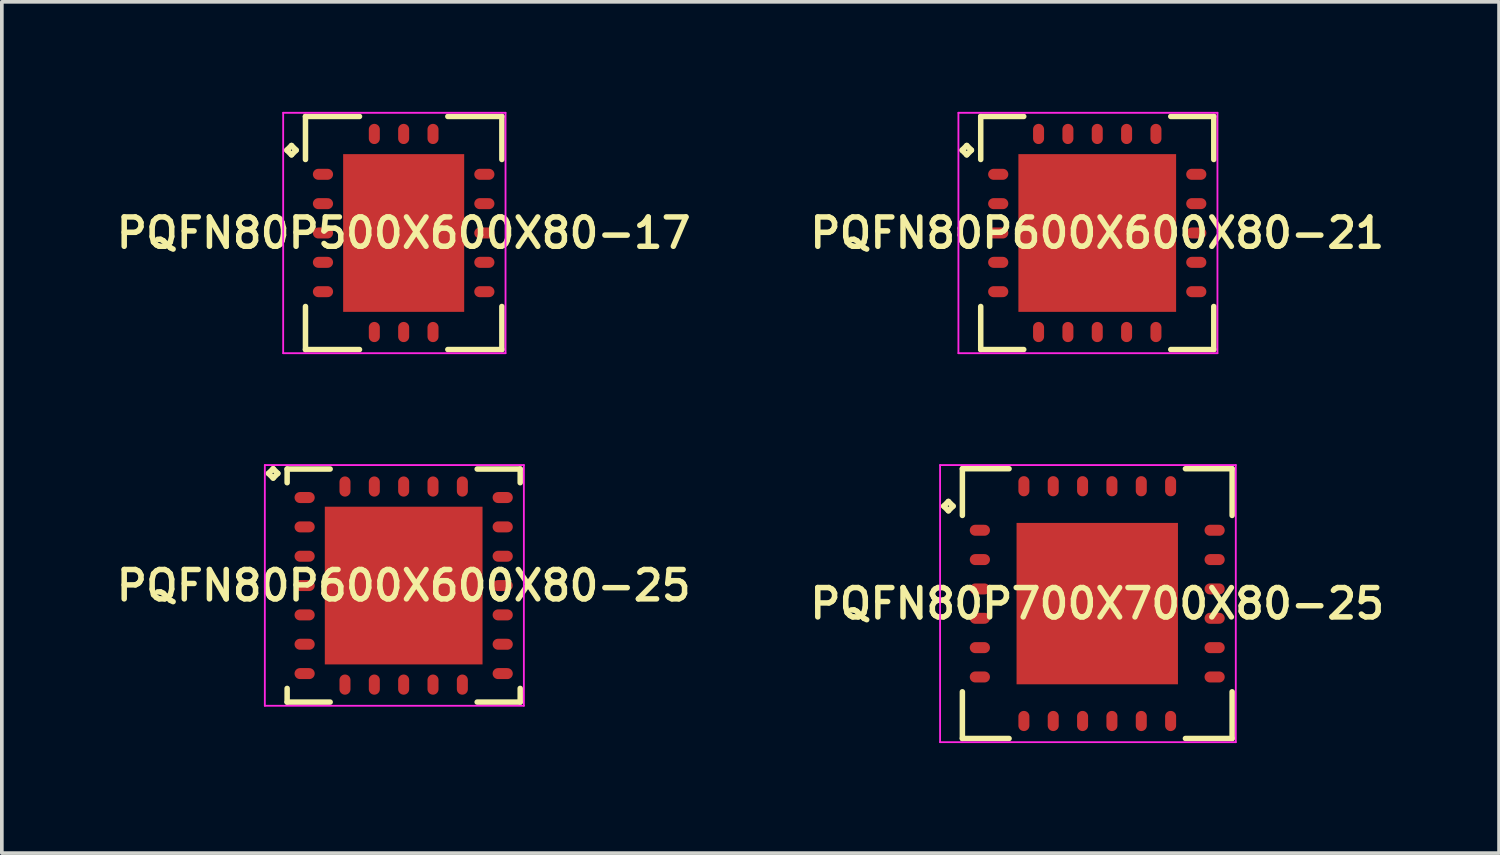
<source format=kicad_pcb>
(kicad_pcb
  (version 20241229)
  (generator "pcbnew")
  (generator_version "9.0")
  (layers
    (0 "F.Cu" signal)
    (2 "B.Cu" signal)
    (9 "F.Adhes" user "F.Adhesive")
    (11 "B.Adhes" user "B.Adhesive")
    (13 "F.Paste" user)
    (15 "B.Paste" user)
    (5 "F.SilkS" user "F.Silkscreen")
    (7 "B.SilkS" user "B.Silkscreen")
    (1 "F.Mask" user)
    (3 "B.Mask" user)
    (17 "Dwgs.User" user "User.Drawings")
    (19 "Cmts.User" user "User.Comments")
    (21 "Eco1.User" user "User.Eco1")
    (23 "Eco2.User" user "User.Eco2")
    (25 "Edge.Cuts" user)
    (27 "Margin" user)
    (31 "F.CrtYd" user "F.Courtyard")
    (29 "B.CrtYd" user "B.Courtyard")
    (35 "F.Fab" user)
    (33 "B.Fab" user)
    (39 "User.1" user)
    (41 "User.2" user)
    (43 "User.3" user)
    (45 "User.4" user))
  (footprint "PQFN80P700X700X80-25"
    (layer "F.Cu")
    (at 26.864 13.406)
    (property "Reference" "PQFN80P700X700X80-25" (at 0 0 0) (layer "F.SilkS") (effects (font (size 0.8 0.8) (thickness 0.15))))
    (attr smd)
    (fp_line (start -4.185 -2.658) (end -4.058 -2.785) (stroke (width 0.15) (type solid)) (layer "F.SilkS"))
    (fp_line (start -4.058 -2.785) (end -3.931 -2.658) (stroke (width 0.15) (type solid)) (layer "F.SilkS"))
    (fp_line (start -4.058 -2.531) (end -4.185 -2.658) (stroke (width 0.15) (type solid)) (layer "F.SilkS"))
    (fp_line (start -3.931 -2.658) (end -4.058 -2.531) (stroke (width 0.15) (type solid)) (layer "F.SilkS"))
    (fp_line (start -3.677 -3.677) (end -2.404 -3.677) (stroke (width 0.15) (type solid)) (layer "F.SilkS"))
    (fp_line (start -3.677 -2.404) (end -3.677 -3.677) (stroke (width 0.15) (type solid)) (layer "F.SilkS"))
    (fp_line (start -3.677 2.404) (end -3.677 3.677) (stroke (width 0.15) (type solid)) (layer "F.SilkS"))
    (fp_line (start -3.677 3.677) (end -2.404 3.677) (stroke (width 0.15) (type solid)) (layer "F.SilkS"))
    (fp_line (start 2.404 -3.677) (end 3.677 -3.677) (stroke (width 0.15) (type solid)) (layer "F.SilkS"))
    (fp_line (start 2.404 3.677) (end 3.677 3.677) (stroke (width 0.15) (type solid)) (layer "F.SilkS"))
    (fp_line (start 3.677 -3.677) (end 3.677 -2.404) (stroke (width 0.15) (type solid)) (layer "F.SilkS"))
    (fp_line (start 3.677 3.677) (end 3.677 2.404) (stroke (width 0.15) (type solid)) (layer "F.SilkS"))
    (fp_line (start -4.285 -3.777) (end 3.777 -3.777) (stroke (width 0.05) (type solid)) (layer "F.CrtYd"))
    (fp_line (start -4.285 3.777) (end -4.285 -3.777) (stroke (width 0.05) (type solid)) (layer "F.CrtYd"))
    (fp_line (start 3.777 -3.777) (end 3.777 3.777) (stroke (width 0.05) (type solid)) (layer "F.CrtYd"))
    (fp_line (start 3.777 3.777) (end -4.285 3.777) (stroke (width 0.05) (type solid)) (layer "F.CrtYd"))
    (pad "1" smd oval (at -3.2 -2) (size 0.55 0.3) (layers "F.Cu" "F.Mask" "F.Paste"))
    (pad "2" smd oval (at -3.2 -1.2) (size 0.55 0.3) (layers "F.Cu" "F.Mask" "F.Paste"))
    (pad "3" smd oval (at -3.2 -0.4) (size 0.55 0.3) (layers "F.Cu" "F.Mask" "F.Paste"))
    (pad "4" smd oval (at -3.2 0.4) (size 0.55 0.3) (layers "F.Cu" "F.Mask" "F.Paste"))
    (pad "5" smd oval (at -3.2 1.2) (size 0.55 0.3) (layers "F.Cu" "F.Mask" "F.Paste"))
    (pad "6" smd oval (at -3.2 2) (size 0.55 0.3) (layers "F.Cu" "F.Mask" "F.Paste"))
    (pad "7" smd oval (at -2 3.2) (size 0.3 0.55) (layers "F.Cu" "F.Mask" "F.Paste"))
    (pad "8" smd oval (at -1.2 3.2) (size 0.3 0.55) (layers "F.Cu" "F.Mask" "F.Paste"))
    (pad "9" smd oval (at -0.4 3.2) (size 0.3 0.55) (layers "F.Cu" "F.Mask" "F.Paste"))
    (pad "10" smd oval (at 0.4 3.2) (size 0.3 0.55) (layers "F.Cu" "F.Mask" "F.Paste"))
    (pad "11" smd oval (at 1.2 3.2) (size 0.3 0.55) (layers "F.Cu" "F.Mask" "F.Paste"))
    (pad "12" smd oval (at 2 3.2) (size 0.3 0.55) (layers "F.Cu" "F.Mask" "F.Paste"))
    (pad "13" smd oval (at 3.2 2) (size 0.55 0.3) (layers "F.Cu" "F.Mask" "F.Paste"))
    (pad "14" smd oval (at 3.2 1.2) (size 0.55 0.3) (layers "F.Cu" "F.Mask" "F.Paste"))
    (pad "15" smd oval (at 3.2 0.4) (size 0.55 0.3) (layers "F.Cu" "F.Mask" "F.Paste"))
    (pad "16" smd oval (at 3.2 -0.4) (size 0.55 0.3) (layers "F.Cu" "F.Mask" "F.Paste"))
    (pad "17" smd oval (at 3.2 -1.2) (size 0.55 0.3) (layers "F.Cu" "F.Mask" "F.Paste"))
    (pad "18" smd oval (at 3.2 -2) (size 0.55 0.3) (layers "F.Cu" "F.Mask" "F.Paste"))
    (pad "19" smd oval (at 2 -3.2) (size 0.3 0.55) (layers "F.Cu" "F.Mask" "F.Paste"))
    (pad "20" smd oval (at 1.2 -3.2) (size 0.3 0.55) (layers "F.Cu" "F.Mask" "F.Paste"))
    (pad "21" smd oval (at 0.4 -3.2) (size 0.3 0.55) (layers "F.Cu" "F.Mask" "F.Paste"))
    (pad "22" smd oval (at -0.4 -3.2) (size 0.3 0.55) (layers "F.Cu" "F.Mask" "F.Paste"))
    (pad "23" smd oval (at -1.2 -3.2) (size 0.3 0.55) (layers "F.Cu" "F.Mask" "F.Paste"))
    (pad "24" smd oval (at -2 -3.2) (size 0.3 0.55) (layers "F.Cu" "F.Mask" "F.Paste"))
    (pad "25" smd rect (at 0 0) (size 4.4 4.4) (layers "F.Cu" "F.Mask" "F.Paste")))
  (footprint "PQFN80P500X600X80-17"
    (layer "F.Cu")
    (at 7.955 3.302)
    (property "Reference" "PQFN80P500X600X80-17" (at 0 0 0) (layer "F.SilkS") (effects (font (size 0.8 0.8) (thickness 0.15))))
    (attr smd)
    (fp_line (start -3.185 -2.258) (end -3.058 -2.385) (stroke (width 0.15) (type solid)) (layer "F.SilkS"))
    (fp_line (start -3.058 -2.385) (end -2.931 -2.258) (stroke (width 0.15) (type solid)) (layer "F.SilkS"))
    (fp_line (start -3.058 -2.131) (end -3.185 -2.258) (stroke (width 0.15) (type solid)) (layer "F.SilkS"))
    (fp_line (start -2.931 -2.258) (end -3.058 -2.131) (stroke (width 0.15) (type solid)) (layer "F.SilkS"))
    (fp_line (start -2.677 -3.177) (end -1.204 -3.177) (stroke (width 0.15) (type solid)) (layer "F.SilkS"))
    (fp_line (start -2.677 -2.004) (end -2.677 -3.177) (stroke (width 0.15) (type solid)) (layer "F.SilkS"))
    (fp_line (start -2.677 2.004) (end -2.677 3.177) (stroke (width 0.15) (type solid)) (layer "F.SilkS"))
    (fp_line (start -2.677 3.177) (end -1.204 3.177) (stroke (width 0.15) (type solid)) (layer "F.SilkS"))
    (fp_line (start 1.204 -3.177) (end 2.677 -3.177) (stroke (width 0.15) (type solid)) (layer "F.SilkS"))
    (fp_line (start 1.204 3.177) (end 2.677 3.177) (stroke (width 0.15) (type solid)) (layer "F.SilkS"))
    (fp_line (start 2.677 -3.177) (end 2.677 -2.004) (stroke (width 0.15) (type solid)) (layer "F.SilkS"))
    (fp_line (start 2.677 3.177) (end 2.677 2.004) (stroke (width 0.15) (type solid)) (layer "F.SilkS"))
    (fp_line (start -3.285 -3.277) (end 2.777 -3.277) (stroke (width 0.05) (type solid)) (layer "F.CrtYd"))
    (fp_line (start -3.285 3.277) (end -3.285 -3.277) (stroke (width 0.05) (type solid)) (layer "F.CrtYd"))
    (fp_line (start 2.777 -3.277) (end 2.777 3.277) (stroke (width 0.05) (type solid)) (layer "F.CrtYd"))
    (fp_line (start 2.777 3.277) (end -3.285 3.277) (stroke (width 0.05) (type solid)) (layer "F.CrtYd"))
    (pad "1" smd oval (at -2.2 -1.6) (size 0.55 0.3) (layers "F.Cu" "F.Mask" "F.Paste"))
    (pad "2" smd oval (at -2.2 -0.8) (size 0.55 0.3) (layers "F.Cu" "F.Mask" "F.Paste"))
    (pad "3" smd oval (at -2.2 0) (size 0.55 0.3) (layers "F.Cu" "F.Mask" "F.Paste"))
    (pad "4" smd oval (at -2.2 0.8) (size 0.55 0.3) (layers "F.Cu" "F.Mask" "F.Paste"))
    (pad "5" smd oval (at -2.2 1.6) (size 0.55 0.3) (layers "F.Cu" "F.Mask" "F.Paste"))
    (pad "6" smd oval (at -0.8 2.7) (size 0.3 0.55) (layers "F.Cu" "F.Mask" "F.Paste"))
    (pad "7" smd oval (at 0 2.7) (size 0.3 0.55) (layers "F.Cu" "F.Mask" "F.Paste"))
    (pad "8" smd oval (at 0.8 2.7) (size 0.3 0.55) (layers "F.Cu" "F.Mask" "F.Paste"))
    (pad "9" smd oval (at 2.2 1.6) (size 0.55 0.3) (layers "F.Cu" "F.Mask" "F.Paste"))
    (pad "10" smd oval (at 2.2 0.8) (size 0.55 0.3) (layers "F.Cu" "F.Mask" "F.Paste"))
    (pad "11" smd oval (at 2.2 0) (size 0.55 0.3) (layers "F.Cu" "F.Mask" "F.Paste"))
    (pad "12" smd oval (at 2.2 -0.8) (size 0.55 0.3) (layers "F.Cu" "F.Mask" "F.Paste"))
    (pad "13" smd oval (at 2.2 -1.6) (size 0.55 0.3) (layers "F.Cu" "F.Mask" "F.Paste"))
    (pad "14" smd oval (at 0.8 -2.7) (size 0.3 0.55) (layers "F.Cu" "F.Mask" "F.Paste"))
    (pad "15" smd oval (at 0 -2.7) (size 0.3 0.55) (layers "F.Cu" "F.Mask" "F.Paste"))
    (pad "16" smd oval (at -0.8 -2.7) (size 0.3 0.55) (layers "F.Cu" "F.Mask" "F.Paste"))
    (pad "17" smd rect (at 0 0) (size 3.3 4.3) (layers "F.Cu" "F.Mask" "F.Paste")))
  (footprint "PQFN80P600X600X80-21"
    (layer "F.Cu")
    (at 26.864 3.302)
    (property "Reference" "PQFN80P600X600X80-21" (at 0 0 0) (layer "F.SilkS") (effects (font (size 0.8 0.8) (thickness 0.15))))
    (attr smd)
    (fp_line (start -3.685 -2.258) (end -3.558 -2.385) (stroke (width 0.15) (type solid)) (layer "F.SilkS"))
    (fp_line (start -3.558 -2.385) (end -3.431 -2.258) (stroke (width 0.15) (type solid)) (layer "F.SilkS"))
    (fp_line (start -3.558 -2.131) (end -3.685 -2.258) (stroke (width 0.15) (type solid)) (layer "F.SilkS"))
    (fp_line (start -3.431 -2.258) (end -3.558 -2.131) (stroke (width 0.15) (type solid)) (layer "F.SilkS"))
    (fp_line (start -3.177 -3.177) (end -2.004 -3.177) (stroke (width 0.15) (type solid)) (layer "F.SilkS"))
    (fp_line (start -3.177 -2.004) (end -3.177 -3.177) (stroke (width 0.15) (type solid)) (layer "F.SilkS"))
    (fp_line (start -3.177 2.004) (end -3.177 3.177) (stroke (width 0.15) (type solid)) (layer "F.SilkS"))
    (fp_line (start -3.177 3.177) (end -2.004 3.177) (stroke (width 0.15) (type solid)) (layer "F.SilkS"))
    (fp_line (start 2.004 -3.177) (end 3.177 -3.177) (stroke (width 0.15) (type solid)) (layer "F.SilkS"))
    (fp_line (start 2.004 3.177) (end 3.177 3.177) (stroke (width 0.15) (type solid)) (layer "F.SilkS"))
    (fp_line (start 3.177 -3.177) (end 3.177 -2.004) (stroke (width 0.15) (type solid)) (layer "F.SilkS"))
    (fp_line (start 3.177 3.177) (end 3.177 2.004) (stroke (width 0.15) (type solid)) (layer "F.SilkS"))
    (fp_line (start -3.785 -3.277) (end 3.277 -3.277) (stroke (width 0.05) (type solid)) (layer "F.CrtYd"))
    (fp_line (start -3.785 3.277) (end -3.785 -3.277) (stroke (width 0.05) (type solid)) (layer "F.CrtYd"))
    (fp_line (start 3.277 -3.277) (end 3.277 3.277) (stroke (width 0.05) (type solid)) (layer "F.CrtYd"))
    (fp_line (start 3.277 3.277) (end -3.785 3.277) (stroke (width 0.05) (type solid)) (layer "F.CrtYd"))
    (pad "1" smd oval (at -2.7 -1.6) (size 0.55 0.3) (layers "F.Cu" "F.Mask" "F.Paste"))
    (pad "2" smd oval (at -2.7 -0.8) (size 0.55 0.3) (layers "F.Cu" "F.Mask" "F.Paste"))
    (pad "3" smd oval (at -2.7 0) (size 0.55 0.3) (layers "F.Cu" "F.Mask" "F.Paste"))
    (pad "4" smd oval (at -2.7 0.8) (size 0.55 0.3) (layers "F.Cu" "F.Mask" "F.Paste"))
    (pad "5" smd oval (at -2.7 1.6) (size 0.55 0.3) (layers "F.Cu" "F.Mask" "F.Paste"))
    (pad "6" smd oval (at -1.6 2.7) (size 0.3 0.55) (layers "F.Cu" "F.Mask" "F.Paste"))
    (pad "7" smd oval (at -0.8 2.7) (size 0.3 0.55) (layers "F.Cu" "F.Mask" "F.Paste"))
    (pad "8" smd oval (at 0 2.7) (size 0.3 0.55) (layers "F.Cu" "F.Mask" "F.Paste"))
    (pad "9" smd oval (at 0.8 2.7) (size 0.3 0.55) (layers "F.Cu" "F.Mask" "F.Paste"))
    (pad "10" smd oval (at 1.6 2.7) (size 0.3 0.55) (layers "F.Cu" "F.Mask" "F.Paste"))
    (pad "11" smd oval (at 2.7 1.6) (size 0.55 0.3) (layers "F.Cu" "F.Mask" "F.Paste"))
    (pad "12" smd oval (at 2.7 0.8) (size 0.55 0.3) (layers "F.Cu" "F.Mask" "F.Paste"))
    (pad "13" smd oval (at 2.7 0) (size 0.55 0.3) (layers "F.Cu" "F.Mask" "F.Paste"))
    (pad "14" smd oval (at 2.7 -0.8) (size 0.55 0.3) (layers "F.Cu" "F.Mask" "F.Paste"))
    (pad "15" smd oval (at 2.7 -1.6) (size 0.55 0.3) (layers "F.Cu" "F.Mask" "F.Paste"))
    (pad "16" smd oval (at 1.6 -2.7) (size 0.3 0.55) (layers "F.Cu" "F.Mask" "F.Paste"))
    (pad "17" smd oval (at 0.8 -2.7) (size 0.3 0.55) (layers "F.Cu" "F.Mask" "F.Paste"))
    (pad "18" smd oval (at 0 -2.7) (size 0.3 0.55) (layers "F.Cu" "F.Mask" "F.Paste"))
    (pad "19" smd oval (at -0.8 -2.7) (size 0.3 0.55) (layers "F.Cu" "F.Mask" "F.Paste"))
    (pad "20" smd oval (at -1.6 -2.7) (size 0.3 0.55) (layers "F.Cu" "F.Mask" "F.Paste"))
    (pad "21" smd rect (at 0 0) (size 4.3 4.3) (layers "F.Cu" "F.Mask" "F.Paste")))
  (footprint "PQFN80P600X600X80-25"
    (layer "F.Cu")
    (at 7.955 12.914)
    (property "Reference" "PQFN80P600X600X80-25" (at 0 0 0) (layer "F.SilkS") (effects (font (size 0.8 0.8) (thickness 0.15))))
    (attr smd)
    (fp_line (start -3.685 -3.058) (end -3.558 -3.185) (stroke (width 0.15) (type solid)) (layer "F.SilkS"))
    (fp_line (start -3.558 -3.185) (end -3.431 -3.058) (stroke (width 0.15) (type solid)) (layer "F.SilkS"))
    (fp_line (start -3.558 -2.931) (end -3.685 -3.058) (stroke (width 0.15) (type solid)) (layer "F.SilkS"))
    (fp_line (start -3.431 -3.058) (end -3.558 -2.931) (stroke (width 0.15) (type solid)) (layer "F.SilkS"))
    (fp_line (start -3.177 -3.177) (end -2.004 -3.177) (stroke (width 0.15) (type solid)) (layer "F.SilkS"))
    (fp_line (start -3.177 -2.804) (end -3.177 -3.177) (stroke (width 0.15) (type solid)) (layer "F.SilkS"))
    (fp_line (start -3.177 2.804) (end -3.177 3.177) (stroke (width 0.15) (type solid)) (layer "F.SilkS"))
    (fp_line (start -3.177 3.177) (end -2.004 3.177) (stroke (width 0.15) (type solid)) (layer "F.SilkS"))
    (fp_line (start 2.004 -3.177) (end 3.177 -3.177) (stroke (width 0.15) (type solid)) (layer "F.SilkS"))
    (fp_line (start 2.004 3.177) (end 3.177 3.177) (stroke (width 0.15) (type solid)) (layer "F.SilkS"))
    (fp_line (start 3.177 -3.177) (end 3.177 -2.804) (stroke (width 0.15) (type solid)) (layer "F.SilkS"))
    (fp_line (start 3.177 3.177) (end 3.177 2.804) (stroke (width 0.15) (type solid)) (layer "F.SilkS"))
    (fp_line (start -3.785 -3.285) (end 3.277 -3.285) (stroke (width 0.05) (type solid)) (layer "F.CrtYd"))
    (fp_line (start -3.785 3.277) (end -3.785 -3.285) (stroke (width 0.05) (type solid)) (layer "F.CrtYd"))
    (fp_line (start 3.277 -3.285) (end 3.277 3.277) (stroke (width 0.05) (type solid)) (layer "F.CrtYd"))
    (fp_line (start 3.277 3.277) (end -3.785 3.277) (stroke (width 0.05) (type solid)) (layer "F.CrtYd"))
    (pad "1" smd oval (at -2.7 -2.4) (size 0.55 0.3) (layers "F.Cu" "F.Mask" "F.Paste"))
    (pad "2" smd oval (at -2.7 -1.6) (size 0.55 0.3) (layers "F.Cu" "F.Mask" "F.Paste"))
    (pad "3" smd oval (at -2.7 -0.8) (size 0.55 0.3) (layers "F.Cu" "F.Mask" "F.Paste"))
    (pad "4" smd oval (at -2.7 0) (size 0.55 0.3) (layers "F.Cu" "F.Mask" "F.Paste"))
    (pad "5" smd oval (at -2.7 0.8) (size 0.55 0.3) (layers "F.Cu" "F.Mask" "F.Paste"))
    (pad "6" smd oval (at -2.7 1.6) (size 0.55 0.3) (layers "F.Cu" "F.Mask" "F.Paste"))
    (pad "7" smd oval (at -2.7 2.4) (size 0.55 0.3) (layers "F.Cu" "F.Mask" "F.Paste"))
    (pad "8" smd oval (at -1.6 2.7) (size 0.3 0.55) (layers "F.Cu" "F.Mask" "F.Paste"))
    (pad "9" smd oval (at -0.8 2.7) (size 0.3 0.55) (layers "F.Cu" "F.Mask" "F.Paste"))
    (pad "10" smd oval (at 0 2.7) (size 0.3 0.55) (layers "F.Cu" "F.Mask" "F.Paste"))
    (pad "11" smd oval (at 0.8 2.7) (size 0.3 0.55) (layers "F.Cu" "F.Mask" "F.Paste"))
    (pad "12" smd oval (at 1.6 2.7) (size 0.3 0.55) (layers "F.Cu" "F.Mask" "F.Paste"))
    (pad "13" smd oval (at 2.7 2.4) (size 0.55 0.3) (layers "F.Cu" "F.Mask" "F.Paste"))
    (pad "14" smd oval (at 2.7 1.6) (size 0.55 0.3) (layers "F.Cu" "F.Mask" "F.Paste"))
    (pad "15" smd oval (at 2.7 0.8) (size 0.55 0.3) (layers "F.Cu" "F.Mask" "F.Paste"))
    (pad "16" smd oval (at 2.7 0) (size 0.55 0.3) (layers "F.Cu" "F.Mask" "F.Paste"))
    (pad "17" smd oval (at 2.7 -0.8) (size 0.55 0.3) (layers "F.Cu" "F.Mask" "F.Paste"))
    (pad "18" smd oval (at 2.7 -1.6) (size 0.55 0.3) (layers "F.Cu" "F.Mask" "F.Paste"))
    (pad "19" smd oval (at 2.7 -2.4) (size 0.55 0.3) (layers "F.Cu" "F.Mask" "F.Paste"))
    (pad "20" smd oval (at 1.6 -2.7) (size 0.3 0.55) (layers "F.Cu" "F.Mask" "F.Paste"))
    (pad "21" smd oval (at 0.8 -2.7) (size 0.3 0.55) (layers "F.Cu" "F.Mask" "F.Paste"))
    (pad "22" smd oval (at 0 -2.7) (size 0.3 0.55) (layers "F.Cu" "F.Mask" "F.Paste"))
    (pad "23" smd oval (at -0.8 -2.7) (size 0.3 0.55) (layers "F.Cu" "F.Mask" "F.Paste"))
    (pad "24" smd oval (at -1.6 -2.7) (size 0.3 0.55) (layers "F.Cu" "F.Mask" "F.Paste"))
    (pad "25" smd rect (at 0 0) (size 4.3 4.3) (layers "F.Cu" "F.Mask" "F.Paste")))
  (gr_rect
    (start -3 -3)
    (end 37.818 20.208)
    (stroke (width 0.1) (type default))
    (fill no)
    (layer "Edge.Cuts")))
</source>
